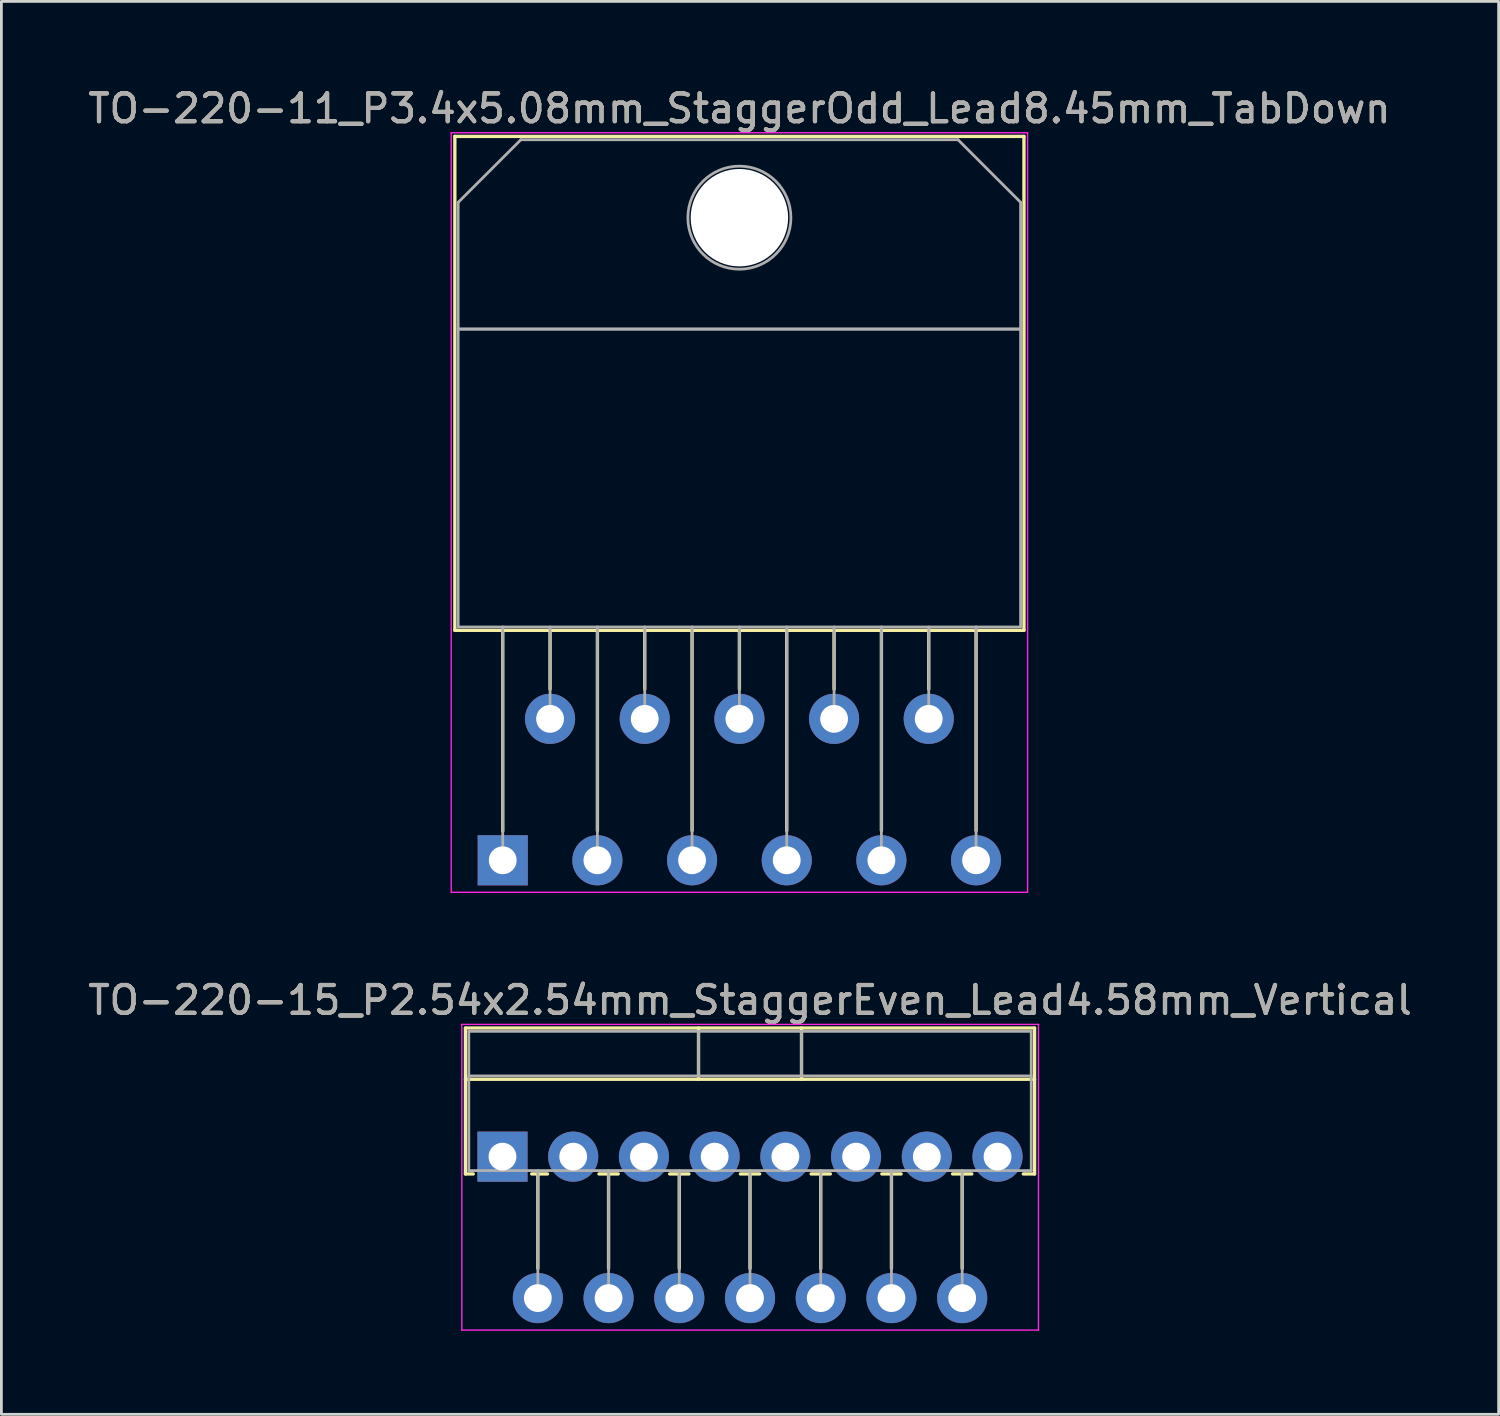
<source format=kicad_pcb>
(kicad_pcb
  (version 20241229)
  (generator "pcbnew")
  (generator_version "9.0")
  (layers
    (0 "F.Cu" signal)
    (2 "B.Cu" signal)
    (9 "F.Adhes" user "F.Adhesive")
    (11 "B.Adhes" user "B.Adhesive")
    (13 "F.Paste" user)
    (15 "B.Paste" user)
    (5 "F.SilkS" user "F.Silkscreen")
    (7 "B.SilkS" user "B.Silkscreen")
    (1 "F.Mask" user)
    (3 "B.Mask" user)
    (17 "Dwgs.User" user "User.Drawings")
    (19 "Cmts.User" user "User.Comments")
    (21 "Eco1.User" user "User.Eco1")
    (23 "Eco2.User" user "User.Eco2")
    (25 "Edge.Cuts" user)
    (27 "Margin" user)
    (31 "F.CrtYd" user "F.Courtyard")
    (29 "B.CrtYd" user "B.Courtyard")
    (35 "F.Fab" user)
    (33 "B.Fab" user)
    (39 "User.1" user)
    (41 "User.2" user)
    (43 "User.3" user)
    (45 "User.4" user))
  (footprint "TO-220-15_P2.54x2.54mm_StaggerEven_Lead4.58mm_Vertical"
    (layer "F.Cu")
    (at 14.997 38.492)
    (property "Reference" "TO-220-15_P2.54x2.54mm_StaggerEven_Lead4.58mm_Vertical" (at 8.89 -5.62 0) (layer "F.SilkS") (effects (font (size 1 1) (thickness 0.15))))
    (attr through_hole)
    (fp_line (start -1.33 -4.62) (end -1.33 0.621) (stroke (width 0.12) (type solid)) (layer "F.SilkS"))
    (fp_line (start -1.33 -4.62) (end 19.11 -4.62) (stroke (width 0.12) (type solid)) (layer "F.SilkS"))
    (fp_line (start -1.33 -2.78) (end 19.11 -2.78) (stroke (width 0.12) (type solid)) (layer "F.SilkS"))
    (fp_line (start -1.33 0.621) (end -1.05 0.621) (stroke (width 0.12) (type solid)) (layer "F.SilkS"))
    (fp_line (start 1.05 0.621) (end 1.616 0.621) (stroke (width 0.12) (type solid)) (layer "F.SilkS"))
    (fp_line (start 1.27 0.621) (end 1.27 4.015) (stroke (width 0.12) (type solid)) (layer "F.SilkS"))
    (fp_line (start 3.465 0.621) (end 4.156 0.621) (stroke (width 0.12) (type solid)) (layer "F.SilkS"))
    (fp_line (start 3.81 0.621) (end 3.81 4.015) (stroke (width 0.12) (type solid)) (layer "F.SilkS"))
    (fp_line (start 6.005 0.621) (end 6.696 0.621) (stroke (width 0.12) (type solid)) (layer "F.SilkS"))
    (fp_line (start 6.35 0.621) (end 6.35 4.015) (stroke (width 0.12) (type solid)) (layer "F.SilkS"))
    (fp_line (start 7.041 -4.62) (end 7.041 -2.78) (stroke (width 0.12) (type solid)) (layer "F.SilkS"))
    (fp_line (start 8.545 0.621) (end 9.236 0.621) (stroke (width 0.12) (type solid)) (layer "F.SilkS"))
    (fp_line (start 8.89 0.621) (end 8.89 4.015) (stroke (width 0.12) (type solid)) (layer "F.SilkS"))
    (fp_line (start 10.74 -4.62) (end 10.74 -2.78) (stroke (width 0.12) (type solid)) (layer "F.SilkS"))
    (fp_line (start 11.085 0.621) (end 11.776 0.621) (stroke (width 0.12) (type solid)) (layer "F.SilkS"))
    (fp_line (start 11.43 0.621) (end 11.43 4.015) (stroke (width 0.12) (type solid)) (layer "F.SilkS"))
    (fp_line (start 13.625 0.621) (end 14.316 0.621) (stroke (width 0.12) (type solid)) (layer "F.SilkS"))
    (fp_line (start 13.97 0.621) (end 13.97 4.015) (stroke (width 0.12) (type solid)) (layer "F.SilkS"))
    (fp_line (start 16.165 0.621) (end 16.856 0.621) (stroke (width 0.12) (type solid)) (layer "F.SilkS"))
    (fp_line (start 16.51 0.621) (end 16.51 4.015) (stroke (width 0.12) (type solid)) (layer "F.SilkS"))
    (fp_line (start 18.705 0.621) (end 19.11 0.621) (stroke (width 0.12) (type solid)) (layer "F.SilkS"))
    (fp_line (start 19.11 -4.62) (end 19.11 0.621) (stroke (width 0.12) (type solid)) (layer "F.SilkS"))
    (fp_line (start -1.46 -4.75) (end -1.46 6.23) (stroke (width 0.05) (type solid)) (layer "F.CrtYd"))
    (fp_line (start -1.46 6.23) (end 19.25 6.23) (stroke (width 0.05) (type solid)) (layer "F.CrtYd"))
    (fp_line (start 19.25 -4.75) (end -1.46 -4.75) (stroke (width 0.05) (type solid)) (layer "F.CrtYd"))
    (fp_line (start 19.25 6.23) (end 19.25 -4.75) (stroke (width 0.05) (type solid)) (layer "F.CrtYd"))
    (fp_line (start -1.21 -4.5) (end -1.21 0.5) (stroke (width 0.1) (type solid)) (layer "F.Fab"))
    (fp_line (start -1.21 -2.9) (end 18.99 -2.9) (stroke (width 0.1) (type solid)) (layer "F.Fab"))
    (fp_line (start -1.21 0.5) (end 18.99 0.5) (stroke (width 0.1) (type solid)) (layer "F.Fab"))
    (fp_line (start 1.27 0.5) (end 1.27 5.08) (stroke (width 0.1) (type solid)) (layer "F.Fab"))
    (fp_line (start 3.81 0.5) (end 3.81 5.08) (stroke (width 0.1) (type solid)) (layer "F.Fab"))
    (fp_line (start 6.35 0.5) (end 6.35 5.08) (stroke (width 0.1) (type solid)) (layer "F.Fab"))
    (fp_line (start 7.04 -4.5) (end 7.04 -2.9) (stroke (width 0.1) (type solid)) (layer "F.Fab"))
    (fp_line (start 8.89 0.5) (end 8.89 5.08) (stroke (width 0.1) (type solid)) (layer "F.Fab"))
    (fp_line (start 10.74 -4.5) (end 10.74 -2.9) (stroke (width 0.1) (type solid)) (layer "F.Fab"))
    (fp_line (start 11.43 0.5) (end 11.43 5.08) (stroke (width 0.1) (type solid)) (layer "F.Fab"))
    (fp_line (start 13.97 0.5) (end 13.97 5.08) (stroke (width 0.1) (type solid)) (layer "F.Fab"))
    (fp_line (start 16.51 0.5) (end 16.51 5.08) (stroke (width 0.1) (type solid)) (layer "F.Fab"))
    (fp_line (start 18.99 -4.5) (end -1.21 -4.5) (stroke (width 0.1) (type solid)) (layer "F.Fab"))
    (fp_line (start 18.99 0.5) (end 18.99 -4.5) (stroke (width 0.1) (type solid)) (layer "F.Fab"))
    (fp_text user "${REFERENCE}" (at 8.89 -5.62 0) (layer "F.Fab") (effects (font (size 1 1) (thickness 0.15))))
    (pad "1" thru_hole rect (at 0 0) (size 1.8 1.8) (drill 1) (layers "*.Cu" "*.Mask"))
    (pad "2" thru_hole oval (at 1.27 5.08) (size 1.8 1.8) (drill 1) (layers "*.Cu" "*.Mask"))
    (pad "3" thru_hole oval (at 2.54 0) (size 1.8 1.8) (drill 1) (layers "*.Cu" "*.Mask"))
    (pad "4" thru_hole oval (at 3.81 5.08) (size 1.8 1.8) (drill 1) (layers "*.Cu" "*.Mask"))
    (pad "5" thru_hole oval (at 5.08 0) (size 1.8 1.8) (drill 1) (layers "*.Cu" "*.Mask"))
    (pad "6" thru_hole oval (at 6.35 5.08) (size 1.8 1.8) (drill 1) (layers "*.Cu" "*.Mask"))
    (pad "7" thru_hole oval (at 7.62 0) (size 1.8 1.8) (drill 1) (layers "*.Cu" "*.Mask"))
    (pad "8" thru_hole oval (at 8.89 5.08) (size 1.8 1.8) (drill 1) (layers "*.Cu" "*.Mask"))
    (pad "9" thru_hole oval (at 10.16 0) (size 1.8 1.8) (drill 1) (layers "*.Cu" "*.Mask"))
    (pad "10" thru_hole oval (at 11.43 5.08) (size 1.8 1.8) (drill 1) (layers "*.Cu" "*.Mask"))
    (pad "11" thru_hole oval (at 12.7 0) (size 1.8 1.8) (drill 1) (layers "*.Cu" "*.Mask"))
    (pad "12" thru_hole oval (at 13.97 5.08) (size 1.8 1.8) (drill 1) (layers "*.Cu" "*.Mask"))
    (pad "13" thru_hole oval (at 15.24 0) (size 1.8 1.8) (drill 1) (layers "*.Cu" "*.Mask"))
    (pad "14" thru_hole oval (at 16.51 5.08) (size 1.8 1.8) (drill 1) (layers "*.Cu" "*.Mask"))
    (pad "15" thru_hole oval (at 17.78 0) (size 1.8 1.8) (drill 1) (layers "*.Cu" "*.Mask")))
  (footprint "TO-220-11_P3.4x5.08mm_StaggerOdd_Lead8.45mm_TabDown"
    (layer "F.Cu")
    (at 15.006 27.848)
    (property "Reference" "TO-220-11_P3.4x5.08mm_StaggerOdd_Lead8.45mm_TabDown" (at 8.5 -27 0) (layer "F.SilkS") (effects (font (size 1 1) (thickness 0.15))))
    (attr through_hole)
    (fp_line (start -1.72 -26) (end -1.72 -8.26) (stroke (width 0.12) (type solid)) (layer "F.SilkS"))
    (fp_line (start -1.72 -26) (end 18.72 -26) (stroke (width 0.12) (type solid)) (layer "F.SilkS"))
    (fp_line (start -1.72 -8.26) (end 18.72 -8.26) (stroke (width 0.12) (type solid)) (layer "F.SilkS"))
    (fp_line (start 0 -8.255) (end 0 -1.05) (stroke (width 0.12) (type solid)) (layer "F.SilkS"))
    (fp_line (start 1.7 -8.26) (end 1.7 -6.146) (stroke (width 0.12) (type solid)) (layer "F.SilkS"))
    (fp_line (start 3.4 -8.255) (end 3.4 -1.065) (stroke (width 0.12) (type solid)) (layer "F.SilkS"))
    (fp_line (start 5.1 -8.26) (end 5.1 -6.146) (stroke (width 0.12) (type solid)) (layer "F.SilkS"))
    (fp_line (start 6.8 -8.255) (end 6.8 -1.065) (stroke (width 0.12) (type solid)) (layer "F.SilkS"))
    (fp_line (start 8.5 -8.26) (end 8.5 -6.146) (stroke (width 0.12) (type solid)) (layer "F.SilkS"))
    (fp_line (start 10.2 -8.255) (end 10.2 -1.065) (stroke (width 0.12) (type solid)) (layer "F.SilkS"))
    (fp_line (start 11.9 -8.26) (end 11.9 -6.146) (stroke (width 0.12) (type solid)) (layer "F.SilkS"))
    (fp_line (start 13.6 -8.255) (end 13.6 -1.065) (stroke (width 0.12) (type solid)) (layer "F.SilkS"))
    (fp_line (start 15.3 -8.26) (end 15.3 -6.146) (stroke (width 0.12) (type solid)) (layer "F.SilkS"))
    (fp_line (start 17 -8.255) (end 17 -1.065) (stroke (width 0.12) (type solid)) (layer "F.SilkS"))
    (fp_line (start 18.72 -26) (end 18.72 -8.26) (stroke (width 0.12) (type solid)) (layer "F.SilkS"))
    (fp_line (start -1.85 -26.13) (end -1.85 1.15) (stroke (width 0.05) (type solid)) (layer "F.CrtYd"))
    (fp_line (start -1.85 1.15) (end 18.85 1.15) (stroke (width 0.05) (type solid)) (layer "F.CrtYd"))
    (fp_line (start 18.85 -26.13) (end -1.85 -26.13) (stroke (width 0.05) (type solid)) (layer "F.CrtYd"))
    (fp_line (start 18.85 1.15) (end 18.85 -26.13) (stroke (width 0.05) (type solid)) (layer "F.CrtYd"))
    (fp_line (start -1.6 -23.63) (end 0.651 -25.88) (stroke (width 0.1) (type solid)) (layer "F.Fab"))
    (fp_line (start -1.6 -19.08) (end -1.6 -23.63) (stroke (width 0.1) (type solid)) (layer "F.Fab"))
    (fp_line (start -1.6 -19.08) (end 18.6 -19.08) (stroke (width 0.1) (type solid)) (layer "F.Fab"))
    (fp_line (start -1.6 -8.38) (end -1.6 -19.08) (stroke (width 0.1) (type solid)) (layer "F.Fab"))
    (fp_line (start 0 -8.382) (end 0 0) (stroke (width 0.1) (type solid)) (layer "F.Fab"))
    (fp_line (start 0.651 -25.88) (end 16.351 -25.88) (stroke (width 0.1) (type solid)) (layer "F.Fab"))
    (fp_line (start 1.7 -8.38) (end 1.7 -5.08) (stroke (width 0.1) (type solid)) (layer "F.Fab"))
    (fp_line (start 3.4 -8.382) (end 3.4 0) (stroke (width 0.1) (type solid)) (layer "F.Fab"))
    (fp_line (start 5.1 -8.38) (end 5.1 -5.08) (stroke (width 0.1) (type solid)) (layer "F.Fab"))
    (fp_line (start 6.8 -8.382) (end 6.8 0) (stroke (width 0.1) (type solid)) (layer "F.Fab"))
    (fp_line (start 8.5 -8.38) (end 8.5 -5.08) (stroke (width 0.1) (type solid)) (layer "F.Fab"))
    (fp_line (start 10.2 -8.382) (end 10.2 0) (stroke (width 0.1) (type solid)) (layer "F.Fab"))
    (fp_line (start 11.9 -8.38) (end 11.9 -5.08) (stroke (width 0.1) (type solid)) (layer "F.Fab"))
    (fp_line (start 13.6 -8.382) (end 13.6 0) (stroke (width 0.1) (type solid)) (layer "F.Fab"))
    (fp_line (start 15.3 -8.38) (end 15.3 -5.08) (stroke (width 0.1) (type solid)) (layer "F.Fab"))
    (fp_line (start 16.351 -25.88) (end 18.6 -23.63) (stroke (width 0.1) (type solid)) (layer "F.Fab"))
    (fp_line (start 17 -8.382) (end 17 0) (stroke (width 0.1) (type solid)) (layer "F.Fab"))
    (fp_line (start 18.6 -23.63) (end 18.6 -19.08) (stroke (width 0.1) (type solid)) (layer "F.Fab"))
    (fp_line (start 18.6 -19.08) (end -1.6 -19.08) (stroke (width 0.1) (type solid)) (layer "F.Fab"))
    (fp_line (start 18.6 -19.08) (end 18.6 -8.38) (stroke (width 0.1) (type solid)) (layer "F.Fab"))
    (fp_line (start 18.6 -8.38) (end -1.6 -8.38) (stroke (width 0.1) (type solid)) (layer "F.Fab"))
    (fp_circle (center 8.5 -23.08) (end 10.35 -23.08) (stroke (width 0.1) (type solid)) (fill no) (layer "F.Fab"))
    (fp_text user "${REFERENCE}" (at 8.5 -27 0) (layer "F.Fab") (effects (font (size 1 1) (thickness 0.15))))
    (pad "" np_thru_hole oval (at 8.5 -23.08) (size 3.5 3.5) (drill 3.5) (layers "*.Cu" "*.Mask"))
    (pad "1" thru_hole rect (at 0 0) (size 1.8 1.8) (drill 1) (layers "*.Cu" "*.Mask"))
    (pad "2" thru_hole oval (at 1.7 -5.08) (size 1.8 1.8) (drill 1) (layers "*.Cu" "*.Mask"))
    (pad "3" thru_hole oval (at 3.4 0) (size 1.8 1.8) (drill 1) (layers "*.Cu" "*.Mask"))
    (pad "4" thru_hole oval (at 5.1 -5.08) (size 1.8 1.8) (drill 1) (layers "*.Cu" "*.Mask"))
    (pad "5" thru_hole oval (at 6.8 0) (size 1.8 1.8) (drill 1) (layers "*.Cu" "*.Mask"))
    (pad "6" thru_hole oval (at 8.5 -5.08) (size 1.8 1.8) (drill 1) (layers "*.Cu" "*.Mask"))
    (pad "7" thru_hole oval (at 10.2 0) (size 1.8 1.8) (drill 1) (layers "*.Cu" "*.Mask"))
    (pad "8" thru_hole oval (at 11.9 -5.08) (size 1.8 1.8) (drill 1) (layers "*.Cu" "*.Mask"))
    (pad "9" thru_hole oval (at 13.6 0) (size 1.8 1.8) (drill 1) (layers "*.Cu" "*.Mask"))
    (pad "10" thru_hole oval (at 15.3 -5.08) (size 1.8 1.8) (drill 1) (layers "*.Cu" "*.Mask"))
    (pad "11" thru_hole oval (at 17 0) (size 1.8 1.8) (drill 1) (layers "*.Cu" "*.Mask")))
  (gr_rect
    (start -3 -3)
    (end 50.774 47.746)
    (stroke (width 0.1) (type default))
    (fill no)
    (layer "Edge.Cuts")))
</source>
